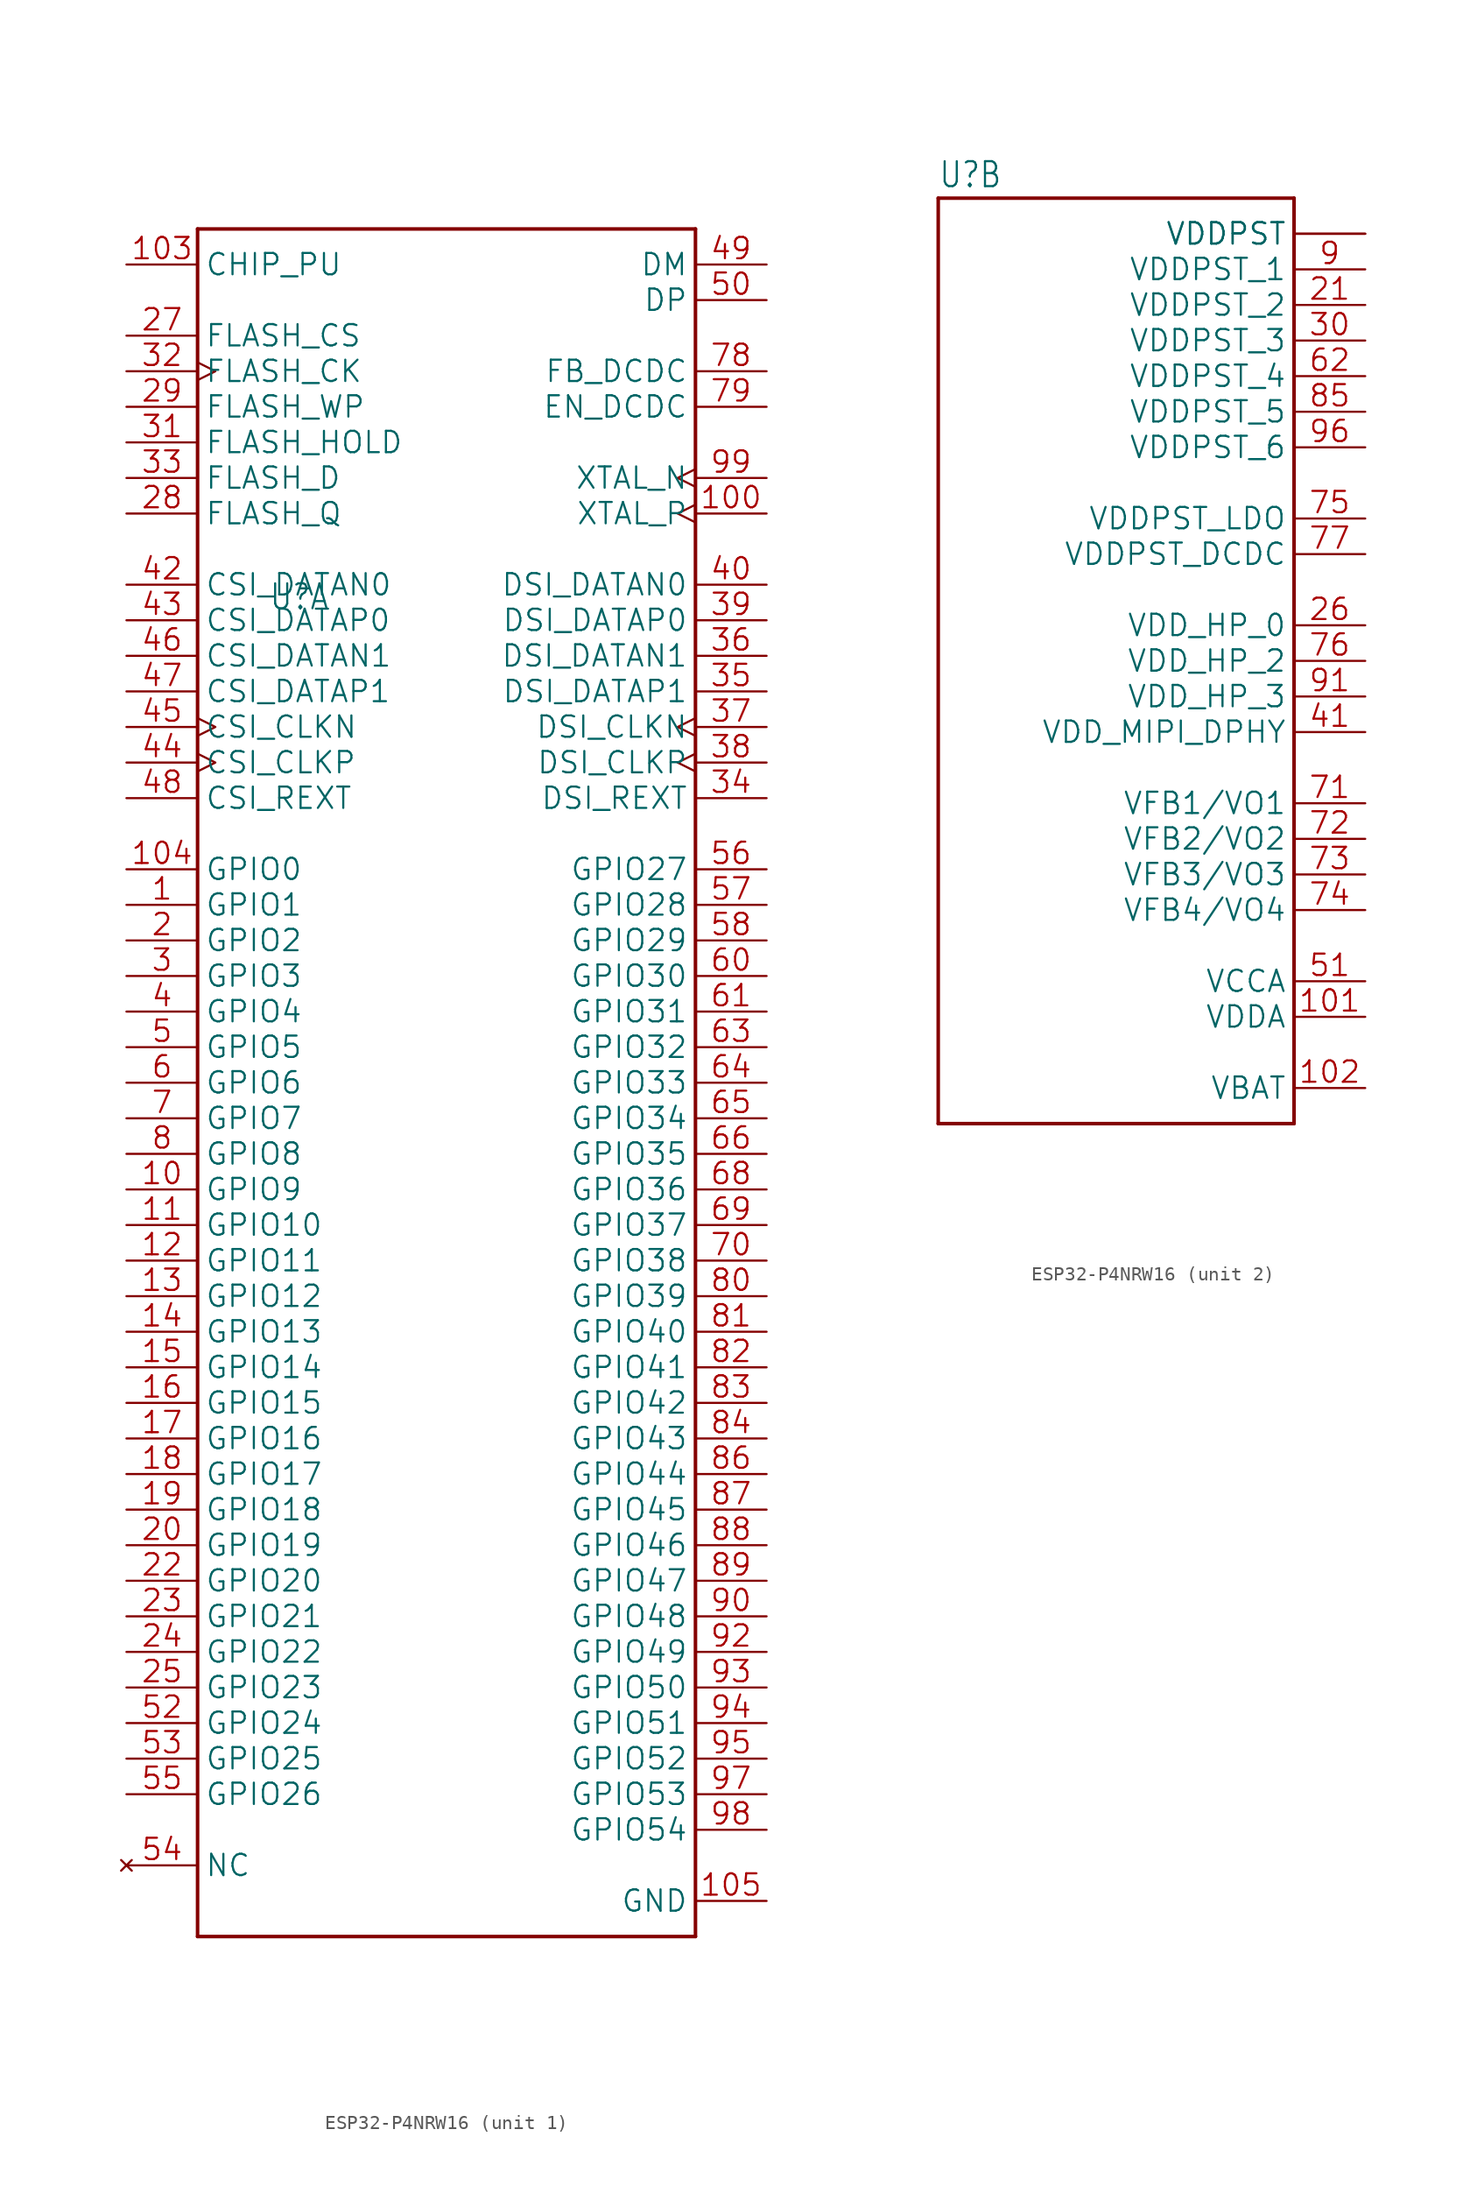
<source format=kicad_sym>
(kicad_symbol_lib
  (version 20241209)
  (generator "kicad_symbol_editor")
  (generator_version "9.0")
  (symbol "ESP32-P4NRW16"
    (property "Reference" "U"
      (at -12.7 33.655 0)
      (effects (font (size 1.778 1.511)) (justify left bottom)))
    (property "Value" ""
      (at -12.7 -35.56 0)
      (effects (font (size 1.778 1.511)) (justify left bottom)))
    (property "ki_locked" ""
      (at 0 0 0)
      (effects (font (size 1.27 1.27))))
    (symbol "ESP32-P4NRW16_1_0"
      (polyline (pts (xy -17.78 60.96) (xy -17.78 -60.96)) (stroke (width 0.254) (type solid)) (fill (type none)))
      (polyline (pts (xy -17.78 -60.96) (xy 17.78 -60.96)) (stroke (width 0.254) (type solid)) (fill (type none)))
      (polyline (pts (xy 17.78 60.96) (xy -17.78 60.96)) (stroke (width 0.254) (type solid)) (fill (type none)))
      (polyline (pts (xy 17.78 -60.96) (xy 17.78 60.96)) (stroke (width 0.254) (type solid)) (fill (type none)))
      (pin input line (at -22.86 58.42 0) (length 5.08) (name "CHIP_PU" (effects (font (size 1.524 1.524)))) (number "103" (effects (font (size 1.524 1.524)))))
      (pin output line (at -22.86 53.34 0) (length 5.08) (name "FLASH_CS" (effects (font (size 1.524 1.524)))) (number "27" (effects (font (size 1.524 1.524)))))
      (pin output clock (at -22.86 50.8 0) (length 5.08) (name "FLASH_CK" (effects (font (size 1.524 1.524)))) (number "32" (effects (font (size 1.524 1.524)))))
      (pin bidirectional line (at -22.86 48.26 0) (length 5.08) (name "FLASH_WP" (effects (font (size 1.524 1.524)))) (number "29" (effects (font (size 1.524 1.524)))))
      (pin bidirectional line (at -22.86 45.72 0) (length 5.08) (name "FLASH_HOLD" (effects (font (size 1.524 1.524)))) (number "31" (effects (font (size 1.524 1.524)))))
      (pin bidirectional line (at -22.86 43.18 0) (length 5.08) (name "FLASH_D" (effects (font (size 1.524 1.524)))) (number "33" (effects (font (size 1.524 1.524)))))
      (pin bidirectional line (at -22.86 40.64 0) (length 5.08) (name "FLASH_Q" (effects (font (size 1.524 1.524)))) (number "28" (effects (font (size 1.524 1.524)))))
      (pin bidirectional line (at -22.86 35.56 0) (length 5.08) (name "CSI_DATAN0" (effects (font (size 1.524 1.524)))) (number "42" (effects (font (size 1.524 1.524)))))
      (pin bidirectional line (at -22.86 33.02 0) (length 5.08) (name "CSI_DATAP0" (effects (font (size 1.524 1.524)))) (number "43" (effects (font (size 1.524 1.524)))))
      (pin bidirectional line (at -22.86 30.48 0) (length 5.08) (name "CSI_DATAN1" (effects (font (size 1.524 1.524)))) (number "46" (effects (font (size 1.524 1.524)))))
      (pin bidirectional line (at -22.86 27.94 0) (length 5.08) (name "CSI_DATAP1" (effects (font (size 1.524 1.524)))) (number "47" (effects (font (size 1.524 1.524)))))
      (pin bidirectional clock (at -22.86 25.4 0) (length 5.08) (name "CSI_CLKN" (effects (font (size 1.524 1.524)))) (number "45" (effects (font (size 1.524 1.524)))))
      (pin bidirectional clock (at -22.86 22.86 0) (length 5.08) (name "CSI_CLKP" (effects (font (size 1.524 1.524)))) (number "44" (effects (font (size 1.524 1.524)))))
      (pin bidirectional line (at -22.86 20.32 0) (length 5.08) (name "CSI_REXT" (effects (font (size 1.524 1.524)))) (number "48" (effects (font (size 1.524 1.524)))))
      (pin bidirectional line (at -22.86 15.24 0) (length 5.08) (name "GPIO0" (effects (font (size 1.524 1.524)))) (number "104" (effects (font (size 1.524 1.524)))))
      (pin bidirectional line (at -22.86 12.7 0) (length 5.08) (name "GPIO1" (effects (font (size 1.524 1.524)))) (number "1" (effects (font (size 1.524 1.524)))))
      (pin bidirectional line (at -22.86 10.16 0) (length 5.08) (name "GPIO2" (effects (font (size 1.524 1.524)))) (number "2" (effects (font (size 1.524 1.524)))))
      (pin bidirectional line (at -22.86 7.62 0) (length 5.08) (name "GPIO3" (effects (font (size 1.524 1.524)))) (number "3" (effects (font (size 1.524 1.524)))))
      (pin bidirectional line (at -22.86 5.08 0) (length 5.08) (name "GPIO4" (effects (font (size 1.524 1.524)))) (number "4" (effects (font (size 1.524 1.524)))))
      (pin bidirectional line (at -22.86 2.54 0) (length 5.08) (name "GPIO5" (effects (font (size 1.524 1.524)))) (number "5" (effects (font (size 1.524 1.524)))))
      (pin bidirectional line (at -22.86 0 0) (length 5.08) (name "GPIO6" (effects (font (size 1.524 1.524)))) (number "6" (effects (font (size 1.524 1.524)))))
      (pin bidirectional line (at -22.86 -2.54 0) (length 5.08) (name "GPIO7" (effects (font (size 1.524 1.524)))) (number "7" (effects (font (size 1.524 1.524)))))
      (pin bidirectional line (at -22.86 -5.08 0) (length 5.08) (name "GPIO8" (effects (font (size 1.524 1.524)))) (number "8" (effects (font (size 1.524 1.524)))))
      (pin bidirectional line (at -22.86 -7.62 0) (length 5.08) (name "GPIO9" (effects (font (size 1.524 1.524)))) (number "10" (effects (font (size 1.524 1.524)))))
      (pin bidirectional line (at -22.86 -10.16 0) (length 5.08) (name "GPIO10" (effects (font (size 1.524 1.524)))) (number "11" (effects (font (size 1.524 1.524)))))
      (pin bidirectional line (at -22.86 -12.7 0) (length 5.08) (name "GPIO11" (effects (font (size 1.524 1.524)))) (number "12" (effects (font (size 1.524 1.524)))))
      (pin bidirectional line (at -22.86 -15.24 0) (length 5.08) (name "GPIO12" (effects (font (size 1.524 1.524)))) (number "13" (effects (font (size 1.524 1.524)))))
      (pin bidirectional line (at -22.86 -17.78 0) (length 5.08) (name "GPIO13" (effects (font (size 1.524 1.524)))) (number "14" (effects (font (size 1.524 1.524)))))
      (pin bidirectional line (at -22.86 -20.32 0) (length 5.08) (name "GPIO14" (effects (font (size 1.524 1.524)))) (number "15" (effects (font (size 1.524 1.524)))))
      (pin bidirectional line (at -22.86 -22.86 0) (length 5.08) (name "GPIO15" (effects (font (size 1.524 1.524)))) (number "16" (effects (font (size 1.524 1.524)))))
      (pin bidirectional line (at -22.86 -25.4 0) (length 5.08) (name "GPIO16" (effects (font (size 1.524 1.524)))) (number "17" (effects (font (size 1.524 1.524)))))
      (pin bidirectional line (at -22.86 -27.94 0) (length 5.08) (name "GPIO17" (effects (font (size 1.524 1.524)))) (number "18" (effects (font (size 1.524 1.524)))))
      (pin bidirectional line (at -22.86 -30.48 0) (length 5.08) (name "GPIO18" (effects (font (size 1.524 1.524)))) (number "19" (effects (font (size 1.524 1.524)))))
      (pin bidirectional line (at -22.86 -33.02 0) (length 5.08) (name "GPIO19" (effects (font (size 1.524 1.524)))) (number "20" (effects (font (size 1.524 1.524)))))
      (pin bidirectional line (at -22.86 -35.56 0) (length 5.08) (name "GPIO20" (effects (font (size 1.524 1.524)))) (number "22" (effects (font (size 1.524 1.524)))))
      (pin bidirectional line (at -22.86 -38.1 0) (length 5.08) (name "GPIO21" (effects (font (size 1.524 1.524)))) (number "23" (effects (font (size 1.524 1.524)))))
      (pin bidirectional line (at -22.86 -40.64 0) (length 5.08) (name "GPIO22" (effects (font (size 1.524 1.524)))) (number "24" (effects (font (size 1.524 1.524)))))
      (pin bidirectional line (at -22.86 -43.18 0) (length 5.08) (name "GPIO23" (effects (font (size 1.524 1.524)))) (number "25" (effects (font (size 1.524 1.524)))))
      (pin bidirectional line (at -22.86 -45.72 0) (length 5.08) (name "GPIO24" (effects (font (size 1.524 1.524)))) (number "52" (effects (font (size 1.524 1.524)))))
      (pin bidirectional line (at -22.86 -48.26 0) (length 5.08) (name "GPIO25" (effects (font (size 1.524 1.524)))) (number "53" (effects (font (size 1.524 1.524)))))
      (pin bidirectional line (at -22.86 -50.8 0) (length 5.08) (name "GPIO26" (effects (font (size 1.524 1.524)))) (number "55" (effects (font (size 1.524 1.524)))))
      (pin no_connect line (at -22.86 -55.88 0) (length 5.08) (name "NC" (effects (font (size 1.524 1.524)))) (number "54" (effects (font (size 1.524 1.524)))))
      (pin bidirectional line (at 22.86 58.42 180) (length 5.08) (name "DM" (effects (font (size 1.524 1.524)))) (number "49" (effects (font (size 1.524 1.524)))))
      (pin bidirectional line (at 22.86 55.88 180) (length 5.08) (name "DP" (effects (font (size 1.524 1.524)))) (number "50" (effects (font (size 1.524 1.524)))))
      (pin input line (at 22.86 50.8 180) (length 5.08) (name "FB_DCDC" (effects (font (size 1.524 1.524)))) (number "78" (effects (font (size 1.524 1.524)))))
      (pin output line (at 22.86 48.26 180) (length 5.08) (name "EN_DCDC" (effects (font (size 1.524 1.524)))) (number "79" (effects (font (size 1.524 1.524)))))
      (pin bidirectional clock (at 22.86 43.18 180) (length 5.08) (name "XTAL_N" (effects (font (size 1.524 1.524)))) (number "99" (effects (font (size 1.524 1.524)))))
      (pin bidirectional clock (at 22.86 40.64 180) (length 5.08) (name "XTAL_P" (effects (font (size 1.524 1.524)))) (number "100" (effects (font (size 1.524 1.524)))))
      (pin bidirectional line (at 22.86 35.56 180) (length 5.08) (name "DSI_DATAN0" (effects (font (size 1.524 1.524)))) (number "40" (effects (font (size 1.524 1.524)))))
      (pin bidirectional line (at 22.86 33.02 180) (length 5.08) (name "DSI_DATAP0" (effects (font (size 1.524 1.524)))) (number "39" (effects (font (size 1.524 1.524)))))
      (pin bidirectional line (at 22.86 30.48 180) (length 5.08) (name "DSI_DATAN1" (effects (font (size 1.524 1.524)))) (number "36" (effects (font (size 1.524 1.524)))))
      (pin bidirectional line (at 22.86 27.94 180) (length 5.08) (name "DSI_DATAP1" (effects (font (size 1.524 1.524)))) (number "35" (effects (font (size 1.524 1.524)))))
      (pin bidirectional clock (at 22.86 25.4 180) (length 5.08) (name "DSI_CLKN" (effects (font (size 1.524 1.524)))) (number "37" (effects (font (size 1.524 1.524)))))
      (pin bidirectional clock (at 22.86 22.86 180) (length 5.08) (name "DSI_CLKP" (effects (font (size 1.524 1.524)))) (number "38" (effects (font (size 1.524 1.524)))))
      (pin bidirectional line (at 22.86 20.32 180) (length 5.08) (name "DSI_REXT" (effects (font (size 1.524 1.524)))) (number "34" (effects (font (size 1.524 1.524)))))
      (pin bidirectional line (at 22.86 15.24 180) (length 5.08) (name "GPIO27" (effects (font (size 1.524 1.524)))) (number "56" (effects (font (size 1.524 1.524)))))
      (pin bidirectional line (at 22.86 12.7 180) (length 5.08) (name "GPIO28" (effects (font (size 1.524 1.524)))) (number "57" (effects (font (size 1.524 1.524)))))
      (pin bidirectional line (at 22.86 10.16 180) (length 5.08) (name "GPIO29" (effects (font (size 1.524 1.524)))) (number "58" (effects (font (size 1.524 1.524)))))
      (pin bidirectional line (at 22.86 7.62 180) (length 5.08) (name "GPIO30" (effects (font (size 1.524 1.524)))) (number "60" (effects (font (size 1.524 1.524)))))
      (pin bidirectional line (at 22.86 5.08 180) (length 5.08) (name "GPIO31" (effects (font (size 1.524 1.524)))) (number "61" (effects (font (size 1.524 1.524)))))
      (pin bidirectional line (at 22.86 2.54 180) (length 5.08) (name "GPIO32" (effects (font (size 1.524 1.524)))) (number "63" (effects (font (size 1.524 1.524)))))
      (pin bidirectional line (at 22.86 0 180) (length 5.08) (name "GPIO33" (effects (font (size 1.524 1.524)))) (number "64" (effects (font (size 1.524 1.524)))))
      (pin bidirectional line (at 22.86 -2.54 180) (length 5.08) (name "GPIO34" (effects (font (size 1.524 1.524)))) (number "65" (effects (font (size 1.524 1.524)))))
      (pin bidirectional line (at 22.86 -5.08 180) (length 5.08) (name "GPIO35" (effects (font (size 1.524 1.524)))) (number "66" (effects (font (size 1.524 1.524)))))
      (pin bidirectional line (at 22.86 -7.62 180) (length 5.08) (name "GPIO36" (effects (font (size 1.524 1.524)))) (number "68" (effects (font (size 1.524 1.524)))))
      (pin bidirectional line (at 22.86 -10.16 180) (length 5.08) (name "GPIO37" (effects (font (size 1.524 1.524)))) (number "69" (effects (font (size 1.524 1.524)))))
      (pin bidirectional line (at 22.86 -12.7 180) (length 5.08) (name "GPIO38" (effects (font (size 1.524 1.524)))) (number "70" (effects (font (size 1.524 1.524)))))
      (pin bidirectional line (at 22.86 -15.24 180) (length 5.08) (name "GPIO39" (effects (font (size 1.524 1.524)))) (number "80" (effects (font (size 1.524 1.524)))))
      (pin bidirectional line (at 22.86 -17.78 180) (length 5.08) (name "GPIO40" (effects (font (size 1.524 1.524)))) (number "81" (effects (font (size 1.524 1.524)))))
      (pin bidirectional line (at 22.86 -20.32 180) (length 5.08) (name "GPIO41" (effects (font (size 1.524 1.524)))) (number "82" (effects (font (size 1.524 1.524)))))
      (pin bidirectional line (at 22.86 -22.86 180) (length 5.08) (name "GPIO42" (effects (font (size 1.524 1.524)))) (number "83" (effects (font (size 1.524 1.524)))))
      (pin bidirectional line (at 22.86 -25.4 180) (length 5.08) (name "GPIO43" (effects (font (size 1.524 1.524)))) (number "84" (effects (font (size 1.524 1.524)))))
      (pin bidirectional line (at 22.86 -27.94 180) (length 5.08) (name "GPIO44" (effects (font (size 1.524 1.524)))) (number "86" (effects (font (size 1.524 1.524)))))
      (pin bidirectional line (at 22.86 -30.48 180) (length 5.08) (name "GPIO45" (effects (font (size 1.524 1.524)))) (number "87" (effects (font (size 1.524 1.524)))))
      (pin bidirectional line (at 22.86 -33.02 180) (length 5.08) (name "GPIO46" (effects (font (size 1.524 1.524)))) (number "88" (effects (font (size 1.524 1.524)))))
      (pin bidirectional line (at 22.86 -35.56 180) (length 5.08) (name "GPIO47" (effects (font (size 1.524 1.524)))) (number "89" (effects (font (size 1.524 1.524)))))
      (pin bidirectional line (at 22.86 -38.1 180) (length 5.08) (name "GPIO48" (effects (font (size 1.524 1.524)))) (number "90" (effects (font (size 1.524 1.524)))))
      (pin bidirectional line (at 22.86 -40.64 180) (length 5.08) (name "GPIO49" (effects (font (size 1.524 1.524)))) (number "92" (effects (font (size 1.524 1.524)))))
      (pin bidirectional line (at 22.86 -43.18 180) (length 5.08) (name "GPIO50" (effects (font (size 1.524 1.524)))) (number "93" (effects (font (size 1.524 1.524)))))
      (pin bidirectional line (at 22.86 -45.72 180) (length 5.08) (name "GPIO51" (effects (font (size 1.524 1.524)))) (number "94" (effects (font (size 1.524 1.524)))))
      (pin bidirectional line (at 22.86 -48.26 180) (length 5.08) (name "GPIO52" (effects (font (size 1.524 1.524)))) (number "95" (effects (font (size 1.524 1.524)))))
      (pin bidirectional line (at 22.86 -50.8 180) (length 5.08) (name "GPIO53" (effects (font (size 1.524 1.524)))) (number "97" (effects (font (size 1.524 1.524)))))
      (pin bidirectional line (at 22.86 -53.34 180) (length 5.08) (name "GPIO54" (effects (font (size 1.524 1.524)))) (number "98" (effects (font (size 1.524 1.524)))))
      (pin power_in line (at 22.86 -58.42 180) (length 5.08) (name "GND" (effects (font (size 1.524 1.524)))) (number "105" (effects (font (size 1.524 1.524))))))
    (symbol "ESP32-P4NRW16_2_0"
      (polyline (pts (xy -12.7 33.02) (xy -12.7 -33.02)) (stroke (width 0.254) (type solid)) (fill (type none)))
      (polyline (pts (xy -12.7 -33.02) (xy 12.7 -33.02)) (stroke (width 0.254) (type solid)) (fill (type none)))
      (polyline (pts (xy 12.7 33.02) (xy -12.7 33.02)) (stroke (width 0.254) (type solid)) (fill (type none)))
      (polyline (pts (xy 12.7 -33.02) (xy 12.7 33.02)) (stroke (width 0.254) (type solid)) (fill (type none)))
      (pin power_in line (at 17.78 30.48 180) (length 5.08) (name "VDDPST" (effects (font (size 1.524 1.524)))) (number "59" (effects (font (size 0 0)))))
      (pin power_in line (at 17.78 30.48 180) (length 5.08) (name "VDDPST" (effects (font (size 1.524 1.524)))) (number "67" (effects (font (size 0 0)))))
      (pin power_in line (at 17.78 27.94 180) (length 5.08) (name "VDDPST_1" (effects (font (size 1.524 1.524)))) (number "9" (effects (font (size 1.524 1.524)))))
      (pin power_in line (at 17.78 25.4 180) (length 5.08) (name "VDDPST_2" (effects (font (size 1.524 1.524)))) (number "21" (effects (font (size 1.524 1.524)))))
      (pin power_in line (at 17.78 22.86 180) (length 5.08) (name "VDDPST_3" (effects (font (size 1.524 1.524)))) (number "30" (effects (font (size 1.524 1.524)))))
      (pin power_in line (at 17.78 20.32 180) (length 5.08) (name "VDDPST_4" (effects (font (size 1.524 1.524)))) (number "62" (effects (font (size 1.524 1.524)))))
      (pin power_in line (at 17.78 17.78 180) (length 5.08) (name "VDDPST_5" (effects (font (size 1.524 1.524)))) (number "85" (effects (font (size 1.524 1.524)))))
      (pin power_in line (at 17.78 15.24 180) (length 5.08) (name "VDDPST_6" (effects (font (size 1.524 1.524)))) (number "96" (effects (font (size 1.524 1.524)))))
      (pin power_in line (at 17.78 10.16 180) (length 5.08) (name "VDDPST_LDO" (effects (font (size 1.524 1.524)))) (number "75" (effects (font (size 1.524 1.524)))))
      (pin power_in line (at 17.78 7.62 180) (length 5.08) (name "VDDPST_DCDC" (effects (font (size 1.524 1.524)))) (number "77" (effects (font (size 1.524 1.524)))))
      (pin power_in line (at 17.78 2.54 180) (length 5.08) (name "VDD_HP_0" (effects (font (size 1.524 1.524)))) (number "26" (effects (font (size 1.524 1.524)))))
      (pin power_in line (at 17.78 0 180) (length 5.08) (name "VDD_HP_2" (effects (font (size 1.524 1.524)))) (number "76" (effects (font (size 1.524 1.524)))))
      (pin power_in line (at 17.78 -2.54 180) (length 5.08) (name "VDD_HP_3" (effects (font (size 1.524 1.524)))) (number "91" (effects (font (size 1.524 1.524)))))
      (pin power_in line (at 17.78 -5.08 180) (length 5.08) (name "VDD_MIPI_DPHY" (effects (font (size 1.524 1.524)))) (number "41" (effects (font (size 1.524 1.524)))))
      (pin power_in line (at 17.78 -10.16 180) (length 5.08) (name "VFB1/VO1" (effects (font (size 1.524 1.524)))) (number "71" (effects (font (size 1.524 1.524)))))
      (pin power_in line (at 17.78 -12.7 180) (length 5.08) (name "VFB2/VO2" (effects (font (size 1.524 1.524)))) (number "72" (effects (font (size 1.524 1.524)))))
      (pin power_in line (at 17.78 -15.24 180) (length 5.08) (name "VFB3/VO3" (effects (font (size 1.524 1.524)))) (number "73" (effects (font (size 1.524 1.524)))))
      (pin power_in line (at 17.78 -17.78 180) (length 5.08) (name "VFB4/VO4" (effects (font (size 1.524 1.524)))) (number "74" (effects (font (size 1.524 1.524)))))
      (pin power_in line (at 17.78 -22.86 180) (length 5.08) (name "VCCA" (effects (font (size 1.524 1.524)))) (number "51" (effects (font (size 1.524 1.524)))))
      (pin power_in line (at 17.78 -25.4 180) (length 5.08) (name "VDDA" (effects (font (size 1.524 1.524)))) (number "101" (effects (font (size 1.524 1.524)))))
      (pin power_in line (at 17.78 -30.48 180) (length 5.08) (name "VBAT" (effects (font (size 1.524 1.524)))) (number "102" (effects (font (size 1.524 1.524))))))))
</source>
